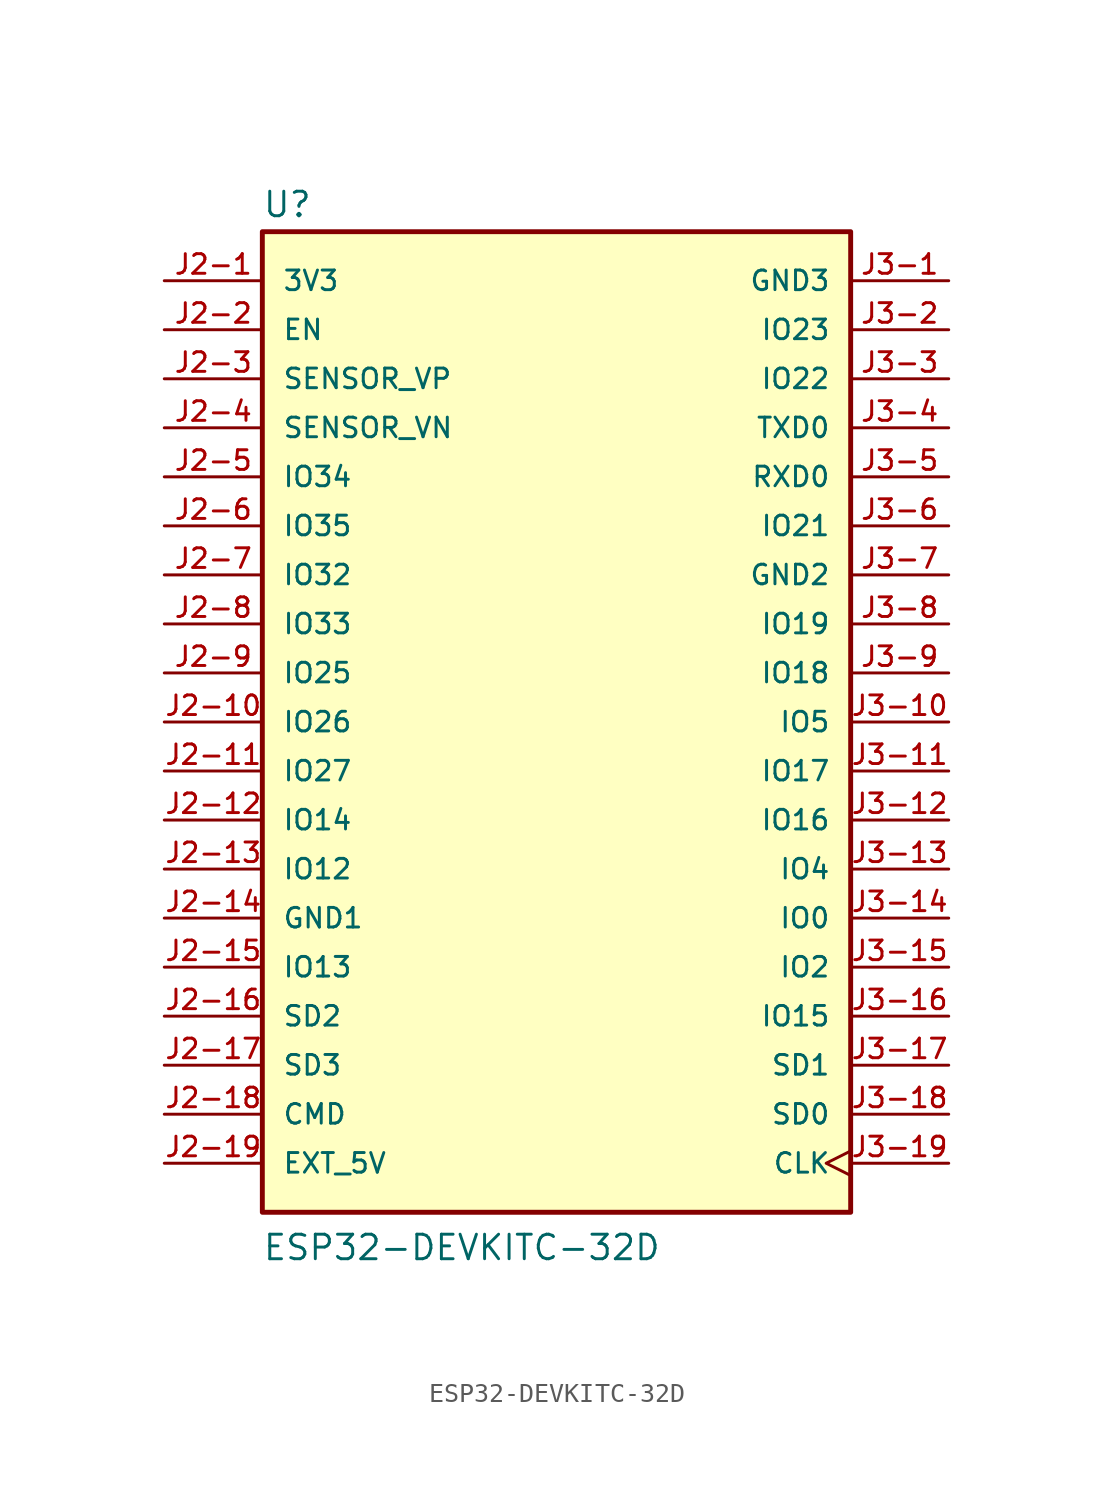
<source format=kicad_sym>
(kicad_symbol_lib
  (version 20220914)
  (generator kicad_symbol_editor)
  (symbol "ESP32-DEVKITC-32D"
    (pin_names
      (offset 1.016))
    (property "Reference" "U"
      (at -15.257 26.064 0)
      (effects (font (size 1.27 1.27)) (justify left bottom)))
    (property "Value" "ESP32-DEVKITC-32D"
      (at -15.256 -27.97 0)
      (effects (font (size 1.27 1.27)) (justify left bottom)))
    (symbol "ESP32-DEVKITC-32D_0_0"
      (rectangle (start -15.24 25.4) (end 15.24 -25.4) (stroke (width 0.254) (type default)) (fill (type background)))
      (pin bidirectional line (at -20.32 0 0) (length 5.08) (name "IO26" (effects (font (size 1.016 1.016)))) (number "J2-10" (effects (font (size 1.016 1.016)))))
      (pin bidirectional line (at -20.32 -2.54 0) (length 5.08) (name "IO27" (effects (font (size 1.016 1.016)))) (number "J2-11" (effects (font (size 1.016 1.016)))))
      (pin bidirectional line (at -20.32 -5.08 0) (length 5.08) (name "IO14" (effects (font (size 1.016 1.016)))) (number "J2-12" (effects (font (size 1.016 1.016)))))
      (pin bidirectional line (at -20.32 -7.62 0) (length 5.08) (name "IO12" (effects (font (size 1.016 1.016)))) (number "J2-13" (effects (font (size 1.016 1.016)))))
      (pin power_in line (at -20.32 -10.16 0) (length 5.08) (name "GND1" (effects (font (size 1.016 1.016)))) (number "J2-14" (effects (font (size 1.016 1.016)))))
      (pin bidirectional line (at -20.32 -12.7 0) (length 5.08) (name "IO13" (effects (font (size 1.016 1.016)))) (number "J2-15" (effects (font (size 1.016 1.016)))))
      (pin bidirectional line (at -20.32 -15.24 0) (length 5.08) (name "SD2" (effects (font (size 1.016 1.016)))) (number "J2-16" (effects (font (size 1.016 1.016)))))
      (pin bidirectional line (at -20.32 -17.78 0) (length 5.08) (name "SD3" (effects (font (size 1.016 1.016)))) (number "J2-17" (effects (font (size 1.016 1.016)))))
      (pin bidirectional line (at -20.32 -20.32 0) (length 5.08) (name "CMD" (effects (font (size 1.016 1.016)))) (number "J2-18" (effects (font (size 1.016 1.016)))))
      (pin power_in line (at -20.32 -22.86 0) (length 5.08) (name "EXT_5V" (effects (font (size 1.016 1.016)))) (number "J2-19" (effects (font (size 1.016 1.016)))))
      (pin input line (at -20.32 20.32 0) (length 5.08) (name "EN" (effects (font (size 1.016 1.016)))) (number "J2-2" (effects (font (size 1.016 1.016)))))
      (pin input line (at -20.32 17.78 0) (length 5.08) (name "SENSOR_VP" (effects (font (size 1.016 1.016)))) (number "J2-3" (effects (font (size 1.016 1.016)))))
      (pin input line (at -20.32 15.24 0) (length 5.08) (name "SENSOR_VN" (effects (font (size 1.016 1.016)))) (number "J2-4" (effects (font (size 1.016 1.016)))))
      (pin bidirectional line (at -20.32 12.7 0) (length 5.08) (name "IO34" (effects (font (size 1.016 1.016)))) (number "J2-5" (effects (font (size 1.016 1.016)))))
      (pin bidirectional line (at -20.32 10.16 0) (length 5.08) (name "IO35" (effects (font (size 1.016 1.016)))) (number "J2-6" (effects (font (size 1.016 1.016)))))
      (pin bidirectional line (at -20.32 7.62 0) (length 5.08) (name "IO32" (effects (font (size 1.016 1.016)))) (number "J2-7" (effects (font (size 1.016 1.016)))))
      (pin bidirectional line (at -20.32 5.08 0) (length 5.08) (name "IO33" (effects (font (size 1.016 1.016)))) (number "J2-8" (effects (font (size 1.016 1.016)))))
      (pin bidirectional line (at -20.32 2.54 0) (length 5.08) (name "IO25" (effects (font (size 1.016 1.016)))) (number "J2-9" (effects (font (size 1.016 1.016)))))
      (pin power_in line (at 20.32 22.86 180) (length 5.08) (name "GND3" (effects (font (size 1.016 1.016)))) (number "J3-1" (effects (font (size 1.016 1.016)))))
      (pin bidirectional line (at 20.32 0 180) (length 5.08) (name "IO5" (effects (font (size 1.016 1.016)))) (number "J3-10" (effects (font (size 1.016 1.016)))))
      (pin bidirectional line (at 20.32 -2.54 180) (length 5.08) (name "IO17" (effects (font (size 1.016 1.016)))) (number "J3-11" (effects (font (size 1.016 1.016)))))
      (pin bidirectional line (at 20.32 -5.08 180) (length 5.08) (name "IO16" (effects (font (size 1.016 1.016)))) (number "J3-12" (effects (font (size 1.016 1.016)))))
      (pin bidirectional line (at 20.32 -7.62 180) (length 5.08) (name "IO4" (effects (font (size 1.016 1.016)))) (number "J3-13" (effects (font (size 1.016 1.016)))))
      (pin bidirectional line (at 20.32 -10.16 180) (length 5.08) (name "IO0" (effects (font (size 1.016 1.016)))) (number "J3-14" (effects (font (size 1.016 1.016)))))
      (pin bidirectional line (at 20.32 -12.7 180) (length 5.08) (name "IO2" (effects (font (size 1.016 1.016)))) (number "J3-15" (effects (font (size 1.016 1.016)))))
      (pin bidirectional line (at 20.32 -15.24 180) (length 5.08) (name "IO15" (effects (font (size 1.016 1.016)))) (number "J3-16" (effects (font (size 1.016 1.016)))))
      (pin bidirectional line (at 20.32 -17.78 180) (length 5.08) (name "SD1" (effects (font (size 1.016 1.016)))) (number "J3-17" (effects (font (size 1.016 1.016)))))
      (pin bidirectional line (at 20.32 -20.32 180) (length 5.08) (name "SD0" (effects (font (size 1.016 1.016)))) (number "J3-18" (effects (font (size 1.016 1.016)))))
      (pin input clock (at 20.32 -22.86 180) (length 5.08) (name "CLK" (effects (font (size 1.016 1.016)))) (number "J3-19" (effects (font (size 1.016 1.016)))))
      (pin bidirectional line (at 20.32 20.32 180) (length 5.08) (name "IO23" (effects (font (size 1.016 1.016)))) (number "J3-2" (effects (font (size 1.016 1.016)))))
      (pin bidirectional line (at 20.32 17.78 180) (length 5.08) (name "IO22" (effects (font (size 1.016 1.016)))) (number "J3-3" (effects (font (size 1.016 1.016)))))
      (pin output line (at 20.32 15.24 180) (length 5.08) (name "TXD0" (effects (font (size 1.016 1.016)))) (number "J3-4" (effects (font (size 1.016 1.016)))))
      (pin input line (at 20.32 12.7 180) (length 5.08) (name "RXD0" (effects (font (size 1.016 1.016)))) (number "J3-5" (effects (font (size 1.016 1.016)))))
      (pin bidirectional line (at 20.32 10.16 180) (length 5.08) (name "IO21" (effects (font (size 1.016 1.016)))) (number "J3-6" (effects (font (size 1.016 1.016)))))
      (pin power_in line (at 20.32 7.62 180) (length 5.08) (name "GND2" (effects (font (size 1.016 1.016)))) (number "J3-7" (effects (font (size 1.016 1.016)))))
      (pin bidirectional line (at 20.32 5.08 180) (length 5.08) (name "IO19" (effects (font (size 1.016 1.016)))) (number "J3-8" (effects (font (size 1.016 1.016)))))
      (pin bidirectional line (at 20.32 2.54 180) (length 5.08) (name "IO18" (effects (font (size 1.016 1.016)))) (number "J3-9" (effects (font (size 1.016 1.016))))))
    (symbol "ESP32-DEVKITC-32D_1_0"
      (pin power_out line (at -20.32 22.86 0) (length 5.08) (name "3V3" (effects (font (size 1.016 1.016)))) (number "J2-1" (effects (font (size 1.016 1.016))))))))
</source>
